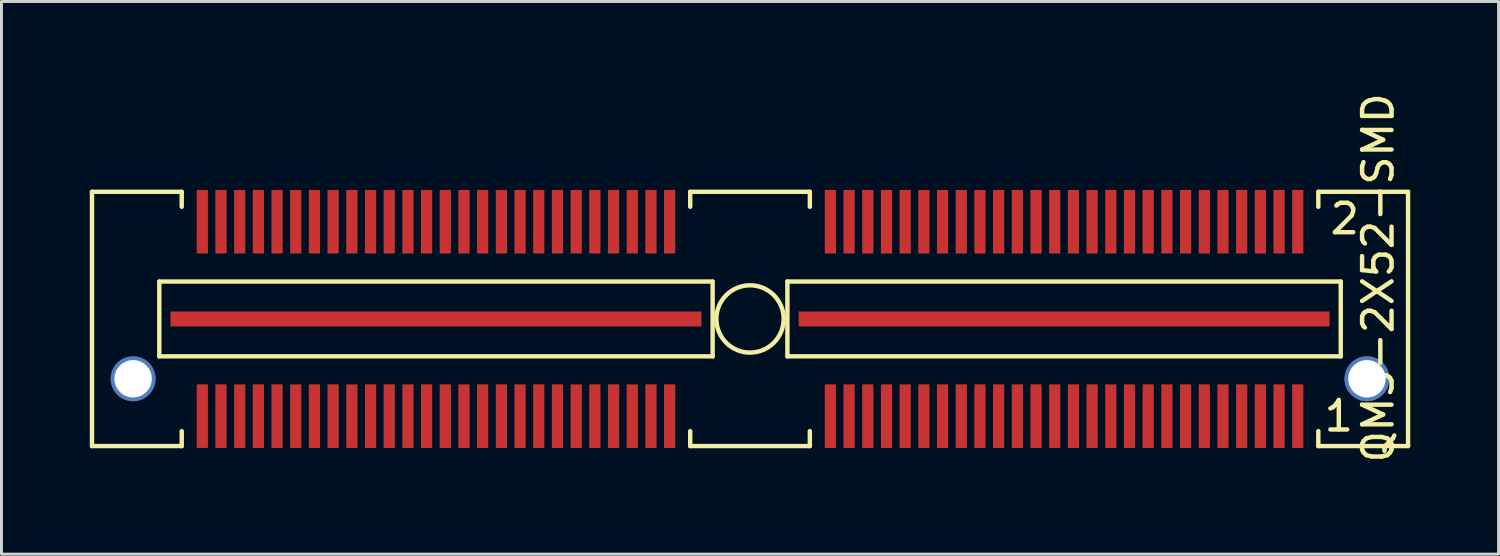
<source format=kicad_pcb>
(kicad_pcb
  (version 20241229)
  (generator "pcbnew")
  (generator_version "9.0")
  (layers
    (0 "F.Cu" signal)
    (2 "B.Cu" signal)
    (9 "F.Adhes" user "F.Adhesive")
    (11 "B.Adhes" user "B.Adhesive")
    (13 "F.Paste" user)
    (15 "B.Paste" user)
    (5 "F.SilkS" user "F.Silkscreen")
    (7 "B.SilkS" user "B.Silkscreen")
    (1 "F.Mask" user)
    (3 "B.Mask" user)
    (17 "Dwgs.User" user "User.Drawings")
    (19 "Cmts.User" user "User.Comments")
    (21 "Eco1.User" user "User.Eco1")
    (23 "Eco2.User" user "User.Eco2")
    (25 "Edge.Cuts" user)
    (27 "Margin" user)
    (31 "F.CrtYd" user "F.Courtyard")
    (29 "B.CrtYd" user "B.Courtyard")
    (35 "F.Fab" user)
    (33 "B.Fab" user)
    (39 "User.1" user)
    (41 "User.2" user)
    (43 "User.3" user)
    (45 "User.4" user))
  (footprint "QMS-2X52-SMD"
    (layer "F.Cu")
    (at 22.427 7.784)
    (property "Reference" "QMS-2X52-SMD" (at 21.336 -1.397 90) (layer "F.SilkS") (effects (font (size 1 1) (thickness 0.15))))
    (attr smd)
    (fp_line (start -22.352 -4.318) (end -19.304 -4.318) (stroke (width 0.15) (type solid)) (layer "F.SilkS"))
    (fp_line (start -22.352 4.318) (end -22.352 -4.318) (stroke (width 0.15) (type solid)) (layer "F.SilkS"))
    (fp_line (start -20.066 -1.27) (end -20.066 1.27) (stroke (width 0.15) (type solid)) (layer "F.SilkS"))
    (fp_line (start -20.066 -1.27) (end -1.27 -1.27) (stroke (width 0.15) (type solid)) (layer "F.SilkS"))
    (fp_line (start -19.304 -4.318) (end -19.304 -3.81) (stroke (width 0.15) (type solid)) (layer "F.SilkS"))
    (fp_line (start -19.304 3.81) (end -19.304 4.318) (stroke (width 0.15) (type solid)) (layer "F.SilkS"))
    (fp_line (start -19.304 4.318) (end -22.352 4.318) (stroke (width 0.15) (type solid)) (layer "F.SilkS"))
    (fp_line (start -2.032 -4.318) (end 2.032 -4.318) (stroke (width 0.15) (type solid)) (layer "F.SilkS"))
    (fp_line (start -2.032 -3.81) (end -2.032 -4.318) (stroke (width 0.15) (type solid)) (layer "F.SilkS"))
    (fp_line (start -2.032 4.318) (end -2.032 3.81) (stroke (width 0.15) (type solid)) (layer "F.SilkS"))
    (fp_line (start -1.27 1.27) (end -20.066 1.27) (stroke (width 0.15) (type solid)) (layer "F.SilkS"))
    (fp_line (start -1.27 1.27) (end -1.27 -1.27) (stroke (width 0.15) (type solid)) (layer "F.SilkS"))
    (fp_line (start 1.27 -1.27) (end 20.066 -1.27) (stroke (width 0.15) (type solid)) (layer "F.SilkS"))
    (fp_line (start 1.27 1.27) (end 1.27 -1.27) (stroke (width 0.15) (type solid)) (layer "F.SilkS"))
    (fp_line (start 2.032 -4.318) (end 2.032 -3.81) (stroke (width 0.15) (type solid)) (layer "F.SilkS"))
    (fp_line (start 2.032 3.81) (end 2.032 4.318) (stroke (width 0.15) (type solid)) (layer "F.SilkS"))
    (fp_line (start 2.032 4.318) (end -2.032 4.318) (stroke (width 0.15) (type solid)) (layer "F.SilkS"))
    (fp_line (start 19.304 -4.318) (end 22.352 -4.318) (stroke (width 0.15) (type solid)) (layer "F.SilkS"))
    (fp_line (start 19.304 -3.81) (end 19.304 -4.318) (stroke (width 0.15) (type solid)) (layer "F.SilkS"))
    (fp_line (start 19.304 4.318) (end 19.304 3.81) (stroke (width 0.15) (type solid)) (layer "F.SilkS"))
    (fp_line (start 20.066 -1.27) (end 20.066 1.27) (stroke (width 0.15) (type solid)) (layer "F.SilkS"))
    (fp_line (start 20.066 1.27) (end 1.27 1.27) (stroke (width 0.15) (type solid)) (layer "F.SilkS"))
    (fp_line (start 22.352 -4.318) (end 22.352 4.318) (stroke (width 0.15) (type solid)) (layer "F.SilkS"))
    (fp_line (start 22.352 4.318) (end 19.304 4.318) (stroke (width 0.15) (type solid)) (layer "F.SilkS"))
    (fp_circle (center 0 0) (end 0 -1.143) (stroke (width 0.15) (type solid)) (fill no) (layer "F.SilkS"))
    (fp_text user "1" (at 20 3.299 0) (layer "F.SilkS") (effects (font (size 1 1) (thickness 0.15))))
    (fp_text user "2" (at 20.201 -3.401 0) (layer "F.SilkS") (effects (font (size 1 1) (thickness 0.15))))
    (pad "" thru_hole circle (at -20.955 2.032) (size 1.524 1.524) (drill 1.27) (layers "*.Cu" "*.Mask"))
    (pad "" thru_hole circle (at 20.955 2.032) (size 1.524 1.524) (drill 1.27) (layers "*.Cu" "*.Mask"))
    (pad "1" smd rect (at 18.605 3.302) (size 0.381 2.159) (layers "F.Cu" "F.Mask" "F.Paste"))
    (pad "2" smd rect (at 18.605 -3.302) (size 0.381 2.159) (layers "F.Cu" "F.Mask" "F.Paste"))
    (pad "3" smd rect (at 17.971 3.302) (size 0.381 2.159) (layers "F.Cu" "F.Mask" "F.Paste"))
    (pad "4" smd rect (at 17.971 -3.302) (size 0.381 2.159) (layers "F.Cu" "F.Mask" "F.Paste"))
    (pad "5" smd rect (at 17.335 3.302) (size 0.381 2.159) (layers "F.Cu" "F.Mask" "F.Paste"))
    (pad "6" smd rect (at 17.335 -3.302) (size 0.381 2.159) (layers "F.Cu" "F.Mask" "F.Paste"))
    (pad "7" smd rect (at 16.701 3.302) (size 0.381 2.159) (layers "F.Cu" "F.Mask" "F.Paste"))
    (pad "8" smd rect (at 16.701 -3.302) (size 0.381 2.159) (layers "F.Cu" "F.Mask" "F.Paste"))
    (pad "9" smd rect (at 16.066 3.302) (size 0.381 2.159) (layers "F.Cu" "F.Mask" "F.Paste"))
    (pad "10" smd rect (at 16.066 -3.302) (size 0.381 2.159) (layers "F.Cu" "F.Mask" "F.Paste"))
    (pad "11" smd rect (at 15.431 3.302) (size 0.381 2.159) (layers "F.Cu" "F.Mask" "F.Paste"))
    (pad "12" smd rect (at 15.431 -3.302) (size 0.381 2.159) (layers "F.Cu" "F.Mask" "F.Paste"))
    (pad "13" smd rect (at 14.796 3.302) (size 0.381 2.159) (layers "F.Cu" "F.Mask" "F.Paste"))
    (pad "14" smd rect (at 14.796 -3.302) (size 0.381 2.159) (layers "F.Cu" "F.Mask" "F.Paste"))
    (pad "15" smd rect (at 14.161 3.302) (size 0.381 2.159) (layers "F.Cu" "F.Mask" "F.Paste"))
    (pad "16" smd rect (at 14.161 -3.302) (size 0.381 2.159) (layers "F.Cu" "F.Mask" "F.Paste"))
    (pad "17" smd rect (at 13.525 3.302) (size 0.381 2.159) (layers "F.Cu" "F.Mask" "F.Paste"))
    (pad "18" smd rect (at 13.525 -3.302) (size 0.381 2.159) (layers "F.Cu" "F.Mask" "F.Paste"))
    (pad "19" smd rect (at 12.89 3.302) (size 0.381 2.159) (layers "F.Cu" "F.Mask" "F.Paste"))
    (pad "20" smd rect (at 12.89 -3.302) (size 0.381 2.159) (layers "F.Cu" "F.Mask" "F.Paste"))
    (pad "21" smd rect (at 12.255 3.302) (size 0.381 2.159) (layers "F.Cu" "F.Mask" "F.Paste"))
    (pad "22" smd rect (at 12.255 -3.302) (size 0.381 2.159) (layers "F.Cu" "F.Mask" "F.Paste"))
    (pad "23" smd rect (at 11.62 3.302) (size 0.381 2.159) (layers "F.Cu" "F.Mask" "F.Paste"))
    (pad "24" smd rect (at 11.62 -3.302) (size 0.381 2.159) (layers "F.Cu" "F.Mask" "F.Paste"))
    (pad "25" smd rect (at 10.986 3.302) (size 0.381 2.159) (layers "F.Cu" "F.Mask" "F.Paste"))
    (pad "26" smd rect (at 10.986 -3.302) (size 0.381 2.159) (layers "F.Cu" "F.Mask" "F.Paste"))
    (pad "27" smd rect (at 10.351 3.302) (size 0.381 2.159) (layers "F.Cu" "F.Mask" "F.Paste"))
    (pad "28" smd rect (at 10.351 -3.302) (size 0.381 2.159) (layers "F.Cu" "F.Mask" "F.Paste"))
    (pad "29" smd rect (at 9.716 3.302) (size 0.381 2.159) (layers "F.Cu" "F.Mask" "F.Paste"))
    (pad "30" smd rect (at 9.716 -3.302) (size 0.381 2.159) (layers "F.Cu" "F.Mask" "F.Paste"))
    (pad "31" smd rect (at 9.081 3.302) (size 0.381 2.159) (layers "F.Cu" "F.Mask" "F.Paste"))
    (pad "32" smd rect (at 9.081 -3.302) (size 0.381 2.159) (layers "F.Cu" "F.Mask" "F.Paste"))
    (pad "33" smd rect (at 8.445 3.302) (size 0.381 2.159) (layers "F.Cu" "F.Mask" "F.Paste"))
    (pad "34" smd rect (at 8.445 -3.302) (size 0.381 2.159) (layers "F.Cu" "F.Mask" "F.Paste"))
    (pad "35" smd rect (at 7.811 3.302) (size 0.381 2.159) (layers "F.Cu" "F.Mask" "F.Paste"))
    (pad "36" smd rect (at 7.811 -3.302) (size 0.381 2.159) (layers "F.Cu" "F.Mask" "F.Paste"))
    (pad "37" smd rect (at 7.176 3.302) (size 0.381 2.159) (layers "F.Cu" "F.Mask" "F.Paste"))
    (pad "38" smd rect (at 7.176 -3.302) (size 0.381 2.159) (layers "F.Cu" "F.Mask" "F.Paste"))
    (pad "39" smd rect (at 6.54 3.302) (size 0.381 2.159) (layers "F.Cu" "F.Mask" "F.Paste"))
    (pad "40" smd rect (at 6.54 -3.302) (size 0.381 2.159) (layers "F.Cu" "F.Mask" "F.Paste"))
    (pad "41" smd rect (at 5.905 3.302) (size 0.381 2.159) (layers "F.Cu" "F.Mask" "F.Paste"))
    (pad "42" smd rect (at 5.905 -3.302) (size 0.381 2.159) (layers "F.Cu" "F.Mask" "F.Paste"))
    (pad "43" smd rect (at 5.271 3.302) (size 0.381 2.159) (layers "F.Cu" "F.Mask" "F.Paste"))
    (pad "44" smd rect (at 5.271 -3.302) (size 0.381 2.159) (layers "F.Cu" "F.Mask" "F.Paste"))
    (pad "45" smd rect (at 4.636 3.302) (size 0.381 2.159) (layers "F.Cu" "F.Mask" "F.Paste"))
    (pad "46" smd rect (at 4.636 -3.302) (size 0.381 2.159) (layers "F.Cu" "F.Mask" "F.Paste"))
    (pad "47" smd rect (at 4 3.302) (size 0.381 2.159) (layers "F.Cu" "F.Mask" "F.Paste"))
    (pad "48" smd rect (at 4 -3.302) (size 0.381 2.159) (layers "F.Cu" "F.Mask" "F.Paste"))
    (pad "49" smd rect (at 3.365 3.302) (size 0.381 2.159) (layers "F.Cu" "F.Mask" "F.Paste"))
    (pad "50" smd rect (at 3.365 -3.302) (size 0.381 2.159) (layers "F.Cu" "F.Mask" "F.Paste"))
    (pad "51" smd rect (at 2.731 3.302) (size 0.381 2.159) (layers "F.Cu" "F.Mask" "F.Paste"))
    (pad "52" smd rect (at 2.731 -3.302) (size 0.381 2.159) (layers "F.Cu" "F.Mask" "F.Paste"))
    (pad "53" smd rect (at -2.731 3.302) (size 0.381 2.159) (layers "F.Cu" "F.Mask" "F.Paste"))
    (pad "54" smd rect (at -2.731 -3.302) (size 0.381 2.159) (layers "F.Cu" "F.Mask" "F.Paste"))
    (pad "55" smd rect (at -3.365 3.302) (size 0.381 2.159) (layers "F.Cu" "F.Mask" "F.Paste"))
    (pad "56" smd rect (at -3.365 -3.302) (size 0.381 2.159) (layers "F.Cu" "F.Mask" "F.Paste"))
    (pad "57" smd rect (at -4 3.302) (size 0.381 2.159) (layers "F.Cu" "F.Mask" "F.Paste"))
    (pad "58" smd rect (at -4 -3.302) (size 0.381 2.159) (layers "F.Cu" "F.Mask" "F.Paste"))
    (pad "59" smd rect (at -4.636 3.302) (size 0.381 2.159) (layers "F.Cu" "F.Mask" "F.Paste"))
    (pad "60" smd rect (at -4.636 -3.302) (size 0.381 2.159) (layers "F.Cu" "F.Mask" "F.Paste"))
    (pad "61" smd rect (at -5.271 3.302) (size 0.381 2.159) (layers "F.Cu" "F.Mask" "F.Paste"))
    (pad "62" smd rect (at -5.271 -3.302) (size 0.381 2.159) (layers "F.Cu" "F.Mask" "F.Paste"))
    (pad "63" smd rect (at -5.905 3.302) (size 0.381 2.159) (layers "F.Cu" "F.Mask" "F.Paste"))
    (pad "64" smd rect (at -5.905 -3.302) (size 0.381 2.159) (layers "F.Cu" "F.Mask" "F.Paste"))
    (pad "65" smd rect (at -6.54 3.302) (size 0.381 2.159) (layers "F.Cu" "F.Mask" "F.Paste"))
    (pad "66" smd rect (at -6.54 -3.302) (size 0.381 2.159) (layers "F.Cu" "F.Mask" "F.Paste"))
    (pad "67" smd rect (at -7.176 3.302) (size 0.381 2.159) (layers "F.Cu" "F.Mask" "F.Paste"))
    (pad "68" smd rect (at -7.176 -3.302) (size 0.381 2.159) (layers "F.Cu" "F.Mask" "F.Paste"))
    (pad "69" smd rect (at -7.811 3.302) (size 0.381 2.159) (layers "F.Cu" "F.Mask" "F.Paste"))
    (pad "70" smd rect (at -7.811 -3.302) (size 0.381 2.159) (layers "F.Cu" "F.Mask" "F.Paste"))
    (pad "71" smd rect (at -8.445 3.302) (size 0.381 2.159) (layers "F.Cu" "F.Mask" "F.Paste"))
    (pad "72" smd rect (at -8.445 -3.302) (size 0.381 2.159) (layers "F.Cu" "F.Mask" "F.Paste"))
    (pad "73" smd rect (at -9.081 3.302) (size 0.381 2.159) (layers "F.Cu" "F.Mask" "F.Paste"))
    (pad "74" smd rect (at -9.081 -3.302) (size 0.381 2.159) (layers "F.Cu" "F.Mask" "F.Paste"))
    (pad "75" smd rect (at -9.716 3.302) (size 0.381 2.159) (layers "F.Cu" "F.Mask" "F.Paste"))
    (pad "76" smd rect (at -9.716 -3.302) (size 0.381 2.159) (layers "F.Cu" "F.Mask" "F.Paste"))
    (pad "77" smd rect (at -10.351 3.302) (size 0.381 2.159) (layers "F.Cu" "F.Mask" "F.Paste"))
    (pad "78" smd rect (at -10.351 -3.302) (size 0.381 2.159) (layers "F.Cu" "F.Mask" "F.Paste"))
    (pad "79" smd rect (at -10.986 3.302) (size 0.381 2.159) (layers "F.Cu" "F.Mask" "F.Paste"))
    (pad "80" smd rect (at -10.986 -3.302) (size 0.381 2.159) (layers "F.Cu" "F.Mask" "F.Paste"))
    (pad "81" smd rect (at -11.62 3.302) (size 0.381 2.159) (layers "F.Cu" "F.Mask" "F.Paste"))
    (pad "82" smd rect (at -11.62 -3.302) (size 0.381 2.159) (layers "F.Cu" "F.Mask" "F.Paste"))
    (pad "83" smd rect (at -12.255 3.302) (size 0.381 2.159) (layers "F.Cu" "F.Mask" "F.Paste"))
    (pad "84" smd rect (at -12.255 -3.302) (size 0.381 2.159) (layers "F.Cu" "F.Mask" "F.Paste"))
    (pad "85" smd rect (at -12.89 3.302) (size 0.381 2.159) (layers "F.Cu" "F.Mask" "F.Paste"))
    (pad "86" smd rect (at -12.89 -3.302) (size 0.381 2.159) (layers "F.Cu" "F.Mask" "F.Paste"))
    (pad "87" smd rect (at -13.525 3.302) (size 0.381 2.159) (layers "F.Cu" "F.Mask" "F.Paste"))
    (pad "88" smd rect (at -13.525 -3.302) (size 0.381 2.159) (layers "F.Cu" "F.Mask" "F.Paste"))
    (pad "89" smd rect (at -14.161 3.302) (size 0.381 2.159) (layers "F.Cu" "F.Mask" "F.Paste"))
    (pad "90" smd rect (at -14.161 -3.302) (size 0.381 2.159) (layers "F.Cu" "F.Mask" "F.Paste"))
    (pad "91" smd rect (at -14.796 3.302) (size 0.381 2.159) (layers "F.Cu" "F.Mask" "F.Paste"))
    (pad "92" smd rect (at -14.796 -3.302) (size 0.381 2.159) (layers "F.Cu" "F.Mask" "F.Paste"))
    (pad "93" smd rect (at -15.431 3.302) (size 0.381 2.159) (layers "F.Cu" "F.Mask" "F.Paste"))
    (pad "94" smd rect (at -15.431 -3.302) (size 0.381 2.159) (layers "F.Cu" "F.Mask" "F.Paste"))
    (pad "95" smd rect (at -16.066 3.302) (size 0.381 2.159) (layers "F.Cu" "F.Mask" "F.Paste"))
    (pad "96" smd rect (at -16.066 -3.302) (size 0.381 2.159) (layers "F.Cu" "F.Mask" "F.Paste"))
    (pad "97" smd rect (at -16.701 3.302) (size 0.381 2.159) (layers "F.Cu" "F.Mask" "F.Paste"))
    (pad "98" smd rect (at -16.701 -3.302) (size 0.381 2.159) (layers "F.Cu" "F.Mask" "F.Paste"))
    (pad "99" smd rect (at -17.335 3.302) (size 0.381 2.159) (layers "F.Cu" "F.Mask" "F.Paste"))
    (pad "100" smd rect (at -17.335 -3.302) (size 0.381 2.159) (layers "F.Cu" "F.Mask" "F.Paste"))
    (pad "101" smd rect (at -17.971 3.302) (size 0.381 2.159) (layers "F.Cu" "F.Mask" "F.Paste"))
    (pad "102" smd rect (at -17.971 -3.302) (size 0.381 2.159) (layers "F.Cu" "F.Mask" "F.Paste"))
    (pad "103" smd rect (at -18.605 3.302) (size 0.381 2.159) (layers "F.Cu" "F.Mask" "F.Paste"))
    (pad "104" smd rect (at -18.605 -3.302) (size 0.381 2.159) (layers "F.Cu" "F.Mask" "F.Paste"))
    (pad "105" smd rect (at 10.668 0) (size 18.034 0.508) (layers "F.Cu" "F.Mask" "F.Paste"))
    (pad "106" smd rect (at -10.668 0) (size 18.034 0.508) (layers "F.Cu" "F.Mask" "F.Paste")))
  (gr_rect
    (start -3 -3)
    (end 47.854 15.774)
    (stroke (width 0.1) (type default))
    (fill no)
    (layer "Edge.Cuts")))
</source>
